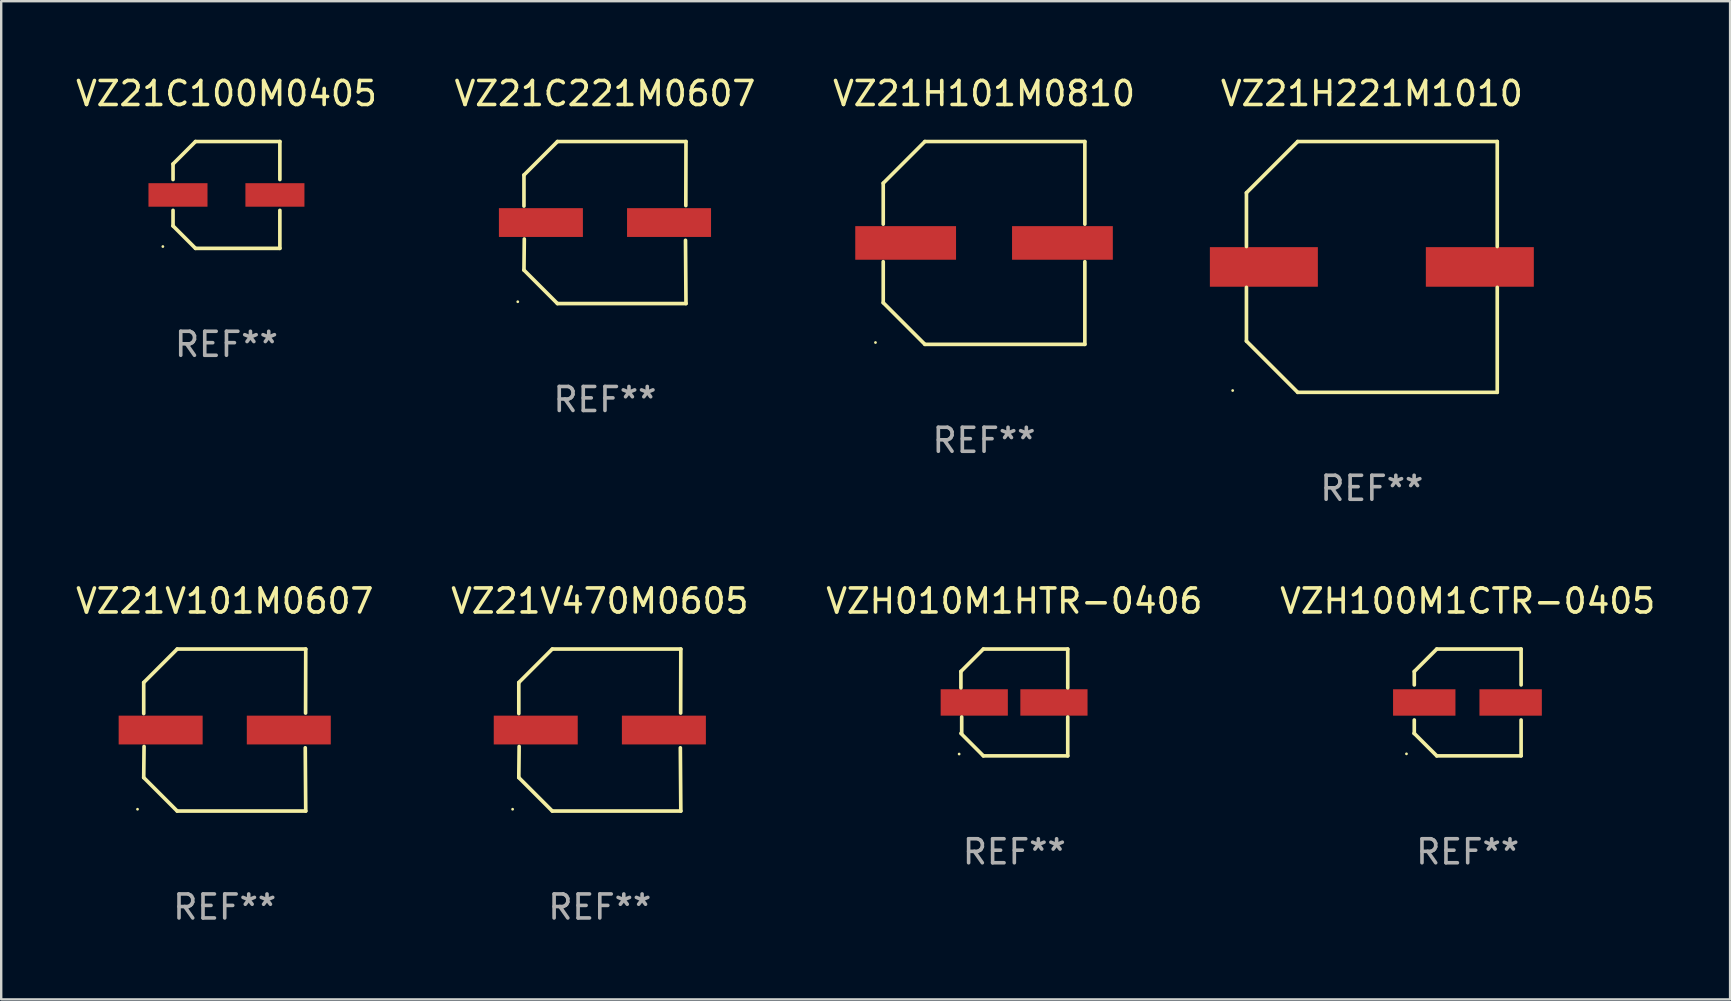
<source format=kicad_pcb>
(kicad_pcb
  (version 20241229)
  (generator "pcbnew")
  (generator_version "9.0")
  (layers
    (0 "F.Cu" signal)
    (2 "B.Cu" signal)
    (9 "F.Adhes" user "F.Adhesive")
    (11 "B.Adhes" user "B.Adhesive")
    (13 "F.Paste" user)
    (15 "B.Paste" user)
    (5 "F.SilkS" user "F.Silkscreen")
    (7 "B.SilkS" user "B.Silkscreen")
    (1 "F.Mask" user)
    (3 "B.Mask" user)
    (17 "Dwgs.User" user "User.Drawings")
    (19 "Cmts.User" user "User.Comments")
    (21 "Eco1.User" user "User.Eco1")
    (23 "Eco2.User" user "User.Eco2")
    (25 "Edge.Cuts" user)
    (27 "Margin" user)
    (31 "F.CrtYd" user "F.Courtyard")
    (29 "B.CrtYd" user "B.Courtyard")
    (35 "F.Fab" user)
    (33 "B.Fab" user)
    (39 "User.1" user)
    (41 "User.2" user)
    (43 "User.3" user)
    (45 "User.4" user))
  (footprint "VZ21C221M0607"
    (layer "F.Cu")
    (at 22.161 6.224)
    (property "Reference" "VZ21C221M0607" (at 0 -5.376 0) (layer "F.SilkS") (effects (font (size 1 1) (thickness 0.15))))
    (attr through_hole)
    (fp_line (start -3.376 -1.98) (end -3.376 -0.686) (stroke (width 0.152) (type solid)) (layer "F.SilkS"))
    (fp_line (start -3.376 1.981) (end -3.362 0.686) (stroke (width 0.152) (type solid)) (layer "F.SilkS"))
    (fp_line (start -1.981 3.376) (end -3.376 1.981) (stroke (width 0.152) (type solid)) (layer "F.SilkS"))
    (fp_line (start -1.98 -3.376) (end -3.376 -1.98) (stroke (width 0.152) (type solid)) (layer "F.SilkS"))
    (fp_line (start 3.356 0.74) (end 3.376 3.376) (stroke (width 0.152) (type solid)) (layer "F.SilkS"))
    (fp_line (start 3.369 -0.707) (end 3.376 -3.376) (stroke (width 0.152) (type solid)) (layer "F.SilkS"))
    (fp_line (start 3.376 3.376) (end -1.981 3.376) (stroke (width 0.152) (type solid)) (layer "F.SilkS"))
    (fp_line (start 3.376 -3.376) (end -1.98 -3.376) (stroke (width 0.152) (type solid)) (layer "F.SilkS"))
    (fp_circle (center -3.634 3.3) (end -3.604 3.3) (stroke (width 0.06) (type solid)) (fill no) (layer "F.SilkS"))
    (fp_text user "REF**" (at 0 7.376 0) (layer "F.Fab") (effects (font (size 1 1) (thickness 0.15))))
    (pad "1" smd rect (at -2.67 0.000254) (size 3.5 1.2) (layers "F.Cu" "F.Mask" "F.Paste"))
    (pad "2" smd rect (at 2.67 0.000254) (size 3.5 1.2) (layers "F.Cu" "F.Mask" "F.Paste")))
  (footprint "VZH100M1CTR-0405"
    (layer "F.Cu")
    (at 58.113 26.223)
    (property "Reference" "VZH100M1CTR-0405" (at 0 -4.226 0) (layer "F.SilkS") (effects (font (size 1 1) (thickness 0.15))))
    (attr through_hole)
    (fp_line (start -2.226 -1.289) (end -2.226 -0.73) (stroke (width 0.152) (type solid)) (layer "F.SilkS"))
    (fp_line (start -2.226 0.731) (end -2.226 1.291) (stroke (width 0.152) (type solid)) (layer "F.SilkS"))
    (fp_line (start -2.226 1.291) (end -2.226 1.291) (stroke (width 0.152) (type solid)) (layer "F.SilkS"))
    (fp_line (start -1.29 -2.226) (end -2.226 -1.289) (stroke (width 0.152) (type solid)) (layer "F.SilkS"))
    (fp_line (start -1.289 2.226) (end -2.226 1.291) (stroke (width 0.152) (type solid)) (layer "F.SilkS"))
    (fp_line (start 2.226 -2.226) (end -1.29 -2.226) (stroke (width 0.152) (type solid)) (layer "F.SilkS"))
    (fp_line (start 2.226 -0.73) (end 2.226 -2.226) (stroke (width 0.152) (type solid)) (layer "F.SilkS"))
    (fp_line (start 2.226 2.226) (end -1.289 2.226) (stroke (width 0.152) (type solid)) (layer "F.SilkS"))
    (fp_line (start 2.226 2.226) (end 2.226 0.731) (stroke (width 0.152) (type solid)) (layer "F.SilkS"))
    (fp_circle (center -2.551 2.142) (end -2.521 2.142) (stroke (width 0.06) (type solid)) (fill no) (layer "F.SilkS"))
    (fp_text user "REF**" (at 0 6.226 0) (layer "F.Fab") (effects (font (size 1 1) (thickness 0.15))))
    (pad "1" smd rect (at -1.81 0.001) (size 2.6 1.1) (layers "F.Cu" "F.Mask" "F.Paste"))
    (pad "2" smd rect (at 1.79 0.001) (size 2.6 1.1) (layers "F.Cu" "F.Mask" "F.Paste")))
  (footprint "VZ21V101M0607"
    (layer "F.Cu")
    (at 6.315 27.373)
    (property "Reference" "VZ21V101M0607" (at 0 -5.376 0) (layer "F.SilkS") (effects (font (size 1 1) (thickness 0.15))))
    (attr through_hole)
    (fp_line (start -3.376 -1.98) (end -3.376 -0.686) (stroke (width 0.152) (type solid)) (layer "F.SilkS"))
    (fp_line (start -3.376 1.981) (end -3.362 0.686) (stroke (width 0.152) (type solid)) (layer "F.SilkS"))
    (fp_line (start -1.981 3.376) (end -3.376 1.981) (stroke (width 0.152) (type solid)) (layer "F.SilkS"))
    (fp_line (start -1.98 -3.376) (end -3.376 -1.98) (stroke (width 0.152) (type solid)) (layer "F.SilkS"))
    (fp_line (start 3.356 0.74) (end 3.376 3.376) (stroke (width 0.152) (type solid)) (layer "F.SilkS"))
    (fp_line (start 3.369 -0.707) (end 3.376 -3.376) (stroke (width 0.152) (type solid)) (layer "F.SilkS"))
    (fp_line (start 3.376 3.376) (end -1.981 3.376) (stroke (width 0.152) (type solid)) (layer "F.SilkS"))
    (fp_line (start 3.376 -3.376) (end -1.98 -3.376) (stroke (width 0.152) (type solid)) (layer "F.SilkS"))
    (fp_circle (center -3.634 3.3) (end -3.604 3.3) (stroke (width 0.06) (type solid)) (fill no) (layer "F.SilkS"))
    (fp_text user "REF**" (at 0 7.376 0) (layer "F.Fab") (effects (font (size 1 1) (thickness 0.15))))
    (pad "1" smd rect (at -2.67 0.000254) (size 3.5 1.2) (layers "F.Cu" "F.Mask" "F.Paste"))
    (pad "2" smd rect (at 2.67 0.000254) (size 3.5 1.2) (layers "F.Cu" "F.Mask" "F.Paste")))
  (footprint "VZ21V470M0605"
    (layer "F.Cu")
    (at 21.946 27.373)
    (property "Reference" "VZ21V470M0605" (at 0 -5.376 0) (layer "F.SilkS") (effects (font (size 1 1) (thickness 0.15))))
    (attr through_hole)
    (fp_line (start -3.376 -1.98) (end -3.376 -0.686) (stroke (width 0.152) (type solid)) (layer "F.SilkS"))
    (fp_line (start -3.376 1.981) (end -3.362 0.686) (stroke (width 0.152) (type solid)) (layer "F.SilkS"))
    (fp_line (start -1.981 3.376) (end -3.376 1.981) (stroke (width 0.152) (type solid)) (layer "F.SilkS"))
    (fp_line (start -1.98 -3.376) (end -3.376 -1.98) (stroke (width 0.152) (type solid)) (layer "F.SilkS"))
    (fp_line (start 3.356 0.74) (end 3.376 3.376) (stroke (width 0.152) (type solid)) (layer "F.SilkS"))
    (fp_line (start 3.369 -0.707) (end 3.376 -3.376) (stroke (width 0.152) (type solid)) (layer "F.SilkS"))
    (fp_line (start 3.376 3.376) (end -1.981 3.376) (stroke (width 0.152) (type solid)) (layer "F.SilkS"))
    (fp_line (start 3.376 -3.376) (end -1.98 -3.376) (stroke (width 0.152) (type solid)) (layer "F.SilkS"))
    (fp_circle (center -3.634 3.3) (end -3.604 3.3) (stroke (width 0.06) (type solid)) (fill no) (layer "F.SilkS"))
    (fp_text user "REF**" (at 0 7.376 0) (layer "F.Fab") (effects (font (size 1 1) (thickness 0.15))))
    (pad "1" smd rect (at -2.67 0.000254) (size 3.5 1.2) (layers "F.Cu" "F.Mask" "F.Paste"))
    (pad "2" smd rect (at 2.67 0.000254) (size 3.5 1.2) (layers "F.Cu" "F.Mask" "F.Paste")))
  (footprint "VZ21H101M0810"
    (layer "F.Cu")
    (at 37.958 7.074)
    (property "Reference" "VZ21H101M0810" (at 0 -6.226 0) (layer "F.SilkS") (effects (font (size 1 1) (thickness 0.15))))
    (attr through_hole)
    (fp_line (start -4.201 -2.49) (end -4.201 -0.782) (stroke (width 0.152) (type solid)) (layer "F.SilkS"))
    (fp_line (start -4.201 2.49) (end -4.201 0.782) (stroke (width 0.152) (type solid)) (layer "F.SilkS"))
    (fp_line (start -2.465 -4.226) (end -4.201 -2.49) (stroke (width 0.152) (type solid)) (layer "F.SilkS"))
    (fp_line (start -2.465 4.226) (end -4.201 2.49) (stroke (width 0.152) (type solid)) (layer "F.SilkS"))
    (fp_line (start 4.201 -4.226) (end -2.465 -4.226) (stroke (width 0.152) (type solid)) (layer "F.SilkS"))
    (fp_line (start 4.201 -0.782) (end 4.201 -4.226) (stroke (width 0.152) (type solid)) (layer "F.SilkS"))
    (fp_line (start 4.201 0.782) (end 4.201 4.226) (stroke (width 0.152) (type solid)) (layer "F.SilkS"))
    (fp_line (start 4.201 4.226) (end -2.465 4.226) (stroke (width 0.152) (type solid)) (layer "F.SilkS"))
    (fp_circle (center -4.524 4.15) (end -4.494 4.15) (stroke (width 0.06) (type solid)) (fill no) (layer "F.SilkS"))
    (fp_text user "REF**" (at 0 8.226 0) (layer "F.Fab") (effects (font (size 1 1) (thickness 0.15))))
    (pad "1" smd rect (at -3.267 0) (size 4.2 1.4) (layers "F.Cu" "F.Mask" "F.Paste"))
    (pad "2" smd rect (at 3.267 0) (size 4.2 1.4) (layers "F.Cu" "F.Mask" "F.Paste")))
  (footprint "VZ21C100M0405"
    (layer "F.Cu")
    (at 6.387 5.074)
    (property "Reference" "VZ21C100M0405" (at 0 -4.226 0) (layer "F.SilkS") (effects (font (size 1 1) (thickness 0.15))))
    (attr through_hole)
    (fp_line (start -2.226 -1.29) (end -1.29 -2.226) (stroke (width 0.152) (type solid)) (layer "F.SilkS"))
    (fp_line (start -2.226 -0.642) (end -2.226 -1.29) (stroke (width 0.152) (type solid)) (layer "F.SilkS"))
    (fp_line (start -2.226 0.642) (end -2.226 1.29) (stroke (width 0.152) (type solid)) (layer "F.SilkS"))
    (fp_line (start -2.226 1.29) (end -1.29 2.226) (stroke (width 0.152) (type solid)) (layer "F.SilkS"))
    (fp_line (start -1.29 -2.226) (end 2.226 -2.226) (stroke (width 0.152) (type solid)) (layer "F.SilkS"))
    (fp_line (start -1.29 2.226) (end 2.226 2.226) (stroke (width 0.152) (type solid)) (layer "F.SilkS"))
    (fp_line (start 2.226 -2.226) (end 2.226 -0.642) (stroke (width 0.152) (type solid)) (layer "F.SilkS"))
    (fp_line (start 2.226 2.226) (end 2.226 0.642) (stroke (width 0.152) (type solid)) (layer "F.SilkS"))
    (fp_circle (center -2.65 2.15) (end -2.62 2.15) (stroke (width 0.06) (type solid)) (fill no) (layer "F.SilkS"))
    (fp_text user "REF**" (at 0 6.226 0) (layer "F.Fab") (effects (font (size 1 1) (thickness 0.15))))
    (pad "1" smd rect (at -2.02 -0.000013) (size 2.46 0.98) (layers "F.Cu" "F.Mask" "F.Paste"))
    (pad "2" smd rect (at 2.02 -0.000013) (size 2.46 0.98) (layers "F.Cu" "F.Mask" "F.Paste")))
  (footprint "VZH010M1HTR-0406"
    (layer "F.Cu")
    (at 39.22 26.223)
    (property "Reference" "VZH010M1HTR-0406" (at 0 -4.226 0) (layer "F.SilkS") (effects (font (size 1 1) (thickness 0.15))))
    (attr through_hole)
    (fp_line (start -2.226 -1.29) (end -2.226 -0.607) (stroke (width 0.152) (type solid)) (layer "F.SilkS"))
    (fp_line (start -2.193 1.29) (end -2.193 0.607) (stroke (width 0.152) (type solid)) (layer "F.SilkS"))
    (fp_line (start -1.29 2.226) (end -2.226 1.29) (stroke (width 0.152) (type solid)) (layer "F.SilkS"))
    (fp_line (start -1.29 -2.226) (end -2.226 -1.29) (stroke (width 0.152) (type solid)) (layer "F.SilkS"))
    (fp_line (start 2.226 -2.226) (end -1.29 -2.226) (stroke (width 0.152) (type solid)) (layer "F.SilkS"))
    (fp_line (start 2.226 -0.607) (end 2.226 -2.226) (stroke (width 0.152) (type solid)) (layer "F.SilkS"))
    (fp_line (start 2.226 0.607) (end 2.226 2.226) (stroke (width 0.152) (type solid)) (layer "F.SilkS"))
    (fp_line (start 2.226 2.226) (end -1.29 2.226) (stroke (width 0.152) (type solid)) (layer "F.SilkS"))
    (fp_circle (center -2.3 2.15) (end -2.27 2.15) (stroke (width 0.06) (type solid)) (fill no) (layer "F.SilkS"))
    (fp_text user "REF**" (at 0 6.226 0) (layer "F.Fab") (effects (font (size 1 1) (thickness 0.15))))
    (pad "1" smd rect (at -1.67 -0.000025) (size 2.8 1.1) (layers "F.Cu" "F.Mask" "F.Paste"))
    (pad "2" smd rect (at 1.651 -0.000025) (size 2.8 1.1) (layers "F.Cu" "F.Mask" "F.Paste")))
  (footprint "VZ21H221M1010"
    (layer "F.Cu")
    (at 54.119 8.074)
    (property "Reference" "VZ21H221M1010" (at 0 -7.226 0) (layer "F.SilkS") (effects (font (size 1 1) (thickness 0.15))))
    (attr through_hole)
    (fp_line (start -5.226 -3.09) (end -5.226 -0.852) (stroke (width 0.152) (type solid)) (layer "F.SilkS"))
    (fp_line (start -5.226 3.09) (end -5.226 0.852) (stroke (width 0.152) (type solid)) (layer "F.SilkS"))
    (fp_line (start -3.09 -5.226) (end -5.226 -3.09) (stroke (width 0.152) (type solid)) (layer "F.SilkS"))
    (fp_line (start -3.09 5.226) (end -5.226 3.09) (stroke (width 0.152) (type solid)) (layer "F.SilkS"))
    (fp_line (start 5.226 -5.226) (end -3.09 -5.226) (stroke (width 0.152) (type solid)) (layer "F.SilkS"))
    (fp_line (start 5.226 -0.852) (end 5.226 -5.226) (stroke (width 0.152) (type solid)) (layer "F.SilkS"))
    (fp_line (start 5.226 0.852) (end 5.226 5.226) (stroke (width 0.152) (type solid)) (layer "F.SilkS"))
    (fp_line (start 5.226 5.226) (end -3.09 5.226) (stroke (width 0.152) (type solid)) (layer "F.SilkS"))
    (fp_circle (center -5.8 5.15) (end -5.77 5.15) (stroke (width 0.06) (type solid)) (fill no) (layer "F.SilkS"))
    (fp_text user "REF**" (at 0 9.226 0) (layer "F.Fab") (effects (font (size 1 1) (thickness 0.15))))
    (pad "1" smd rect (at -4.5 0) (size 4.5 1.65) (layers "F.Cu" "F.Mask" "F.Paste"))
    (pad "2" smd rect (at 4.5 0) (size 4.5 1.65) (layers "F.Cu" "F.Mask" "F.Paste")))
  (gr_rect
    (start -3 -3)
    (end 69.048 38.597)
    (stroke (width 0.1) (type default))
    (fill no)
    (layer "Edge.Cuts")))
</source>
